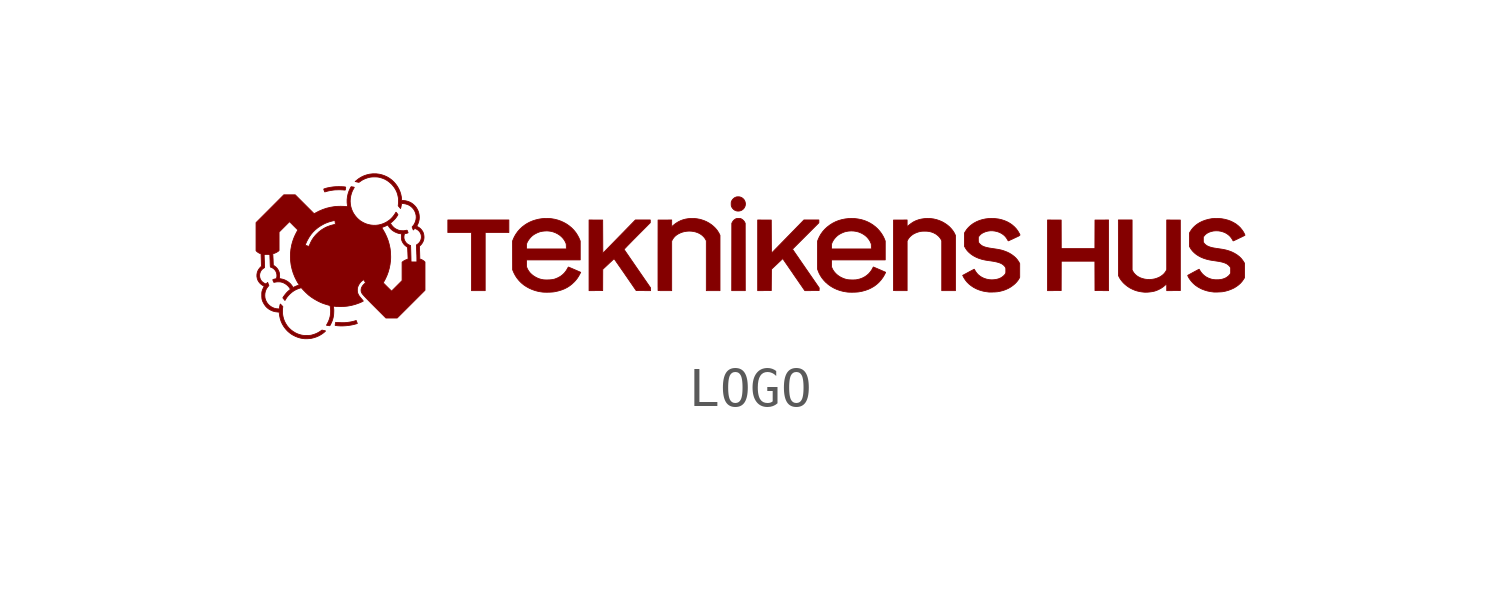
<source format=kicad_sym>
(kicad_symbol_lib
  (version 20220914)
  (generator "bitmap2component")
  (generator_version "9.0")
  (symbol "LOGO"
    (pin_names
      (offset 1.016))
    (property "Reference" "#G"
      (at 0 3.866 0)
      (effects (font (size 1.27 1.27)) hide))
    (symbol "LOGO_0_0"
      (polyline (pts (xy -11.283 -2.132) (xy -11.244 -2.13) (xy -11.206 -2.127) (xy -11.171 -2.122) (xy -11.163 -2.12) (xy -11.098 -2.104) (xy -11.032 -2.081) (xy -10.969 -2.052) (xy -10.91 -2.016) (xy -10.901 -2.01) (xy -10.883 -1.997) (xy -10.864 -1.983) (xy -10.847 -1.969) (xy -10.832 -1.956) (xy -10.82 -1.945) (xy -10.814 -1.938) (xy -10.812 -1.934) (xy -10.816 -1.932) (xy -10.826 -1.929) (xy -10.841 -1.925) (xy -10.859 -1.921) (xy -10.902 -1.912) (xy -10.937 -1.937) (xy -10.98 -1.965) (xy -11.041 -1.997) (xy -11.105 -2.022) (xy -11.172 -2.041) (xy -11.194 -2.045) (xy -11.229 -2.048) (xy -11.268 -2.05) (xy -11.309 -2.05) (xy -11.349 -2.049) (xy -11.385 -2.046) (xy -11.416 -2.041) (xy -11.448 -2.033) (xy -11.487 -2.022) (xy -11.524 -2.008) (xy -11.562 -1.991) (xy -11.576 -1.984) (xy -11.637 -1.948) (xy -11.692 -1.906) (xy -11.742 -1.859) (xy -11.786 -1.807) (xy -11.823 -1.75) (xy -11.855 -1.69) (xy -11.879 -1.627) (xy -11.896 -1.561) (xy -11.907 -1.492) (xy -11.909 -1.422) (xy -11.904 -1.351) (xy -11.899 -1.315) (xy -11.929 -1.282) (xy -11.939 -1.272) (xy -11.95 -1.261) (xy -11.958 -1.253) (xy -11.962 -1.249) (xy -11.964 -1.252) (xy -11.968 -1.262) (xy -11.972 -1.277) (xy -11.976 -1.296) (xy -11.98 -1.317) (xy -11.983 -1.339) (xy -11.988 -1.372) (xy -12.015 -1.372) (xy -12.064 -1.368) (xy -12.113 -1.357) (xy -12.16 -1.338) (xy -12.204 -1.313) (xy -12.243 -1.283) (xy -12.278 -1.247) (xy -12.308 -1.207) (xy -12.331 -1.162) (xy -12.348 -1.114) (xy -12.355 -1.079) (xy -12.358 -1.029) (xy -12.355 -0.979) (xy -12.345 -0.929) (xy -12.328 -0.883) (xy -12.304 -0.84) (xy -12.274 -0.801) (xy -12.254 -0.779) (xy -12.27 -0.739) (xy -12.285 -0.698) (xy -12.306 -0.717) (xy -12.326 -0.737) (xy -12.346 -0.73) (xy -12.368 -0.721) (xy -12.392 -0.706) (xy -12.416 -0.688) (xy -12.436 -0.669) (xy -12.454 -0.646) (xy -12.473 -0.611) (xy -12.485 -0.573) (xy -12.49 -0.535) (xy -12.489 -0.496) (xy -12.481 -0.458) (xy -12.467 -0.422) (xy -12.447 -0.389) (xy -12.42 -0.36) (xy -12.388 -0.336) (xy -12.364 -0.321) (xy -12.364 -0.291) (xy -12.364 -0.286) (xy -12.364 -0.271) (xy -12.365 -0.249) (xy -12.366 -0.223) (xy -12.367 -0.192) (xy -12.368 -0.159) (xy -12.37 -0.125) (xy -12.371 -0.102) (xy -12.372 -0.071) (xy -12.373 -0.043) (xy -12.374 -0.02) (xy -12.374 -0.002) (xy -12.374 0.009) (xy -12.374 0.013) (xy -12.374 0.013) (xy -12.369 0.014) (xy -12.358 0.014) (xy -12.342 0.015) (xy -12.322 0.015) (xy -12.302 0.015) (xy -12.281 0.015) (xy -12.261 0.015) (xy -12.246 0.014) (xy -12.235 0.014) (xy -12.23 0.014) (xy -12.23 0.01) (xy -12.229 -0.002) (xy -12.229 -0.019) (xy -12.228 -0.042) (xy -12.227 -0.07) (xy -12.226 -0.101) (xy -12.224 -0.135) (xy -12.223 -0.17) (xy -12.222 -0.206) (xy -12.221 -0.235) (xy -12.22 -0.259) (xy -12.219 -0.277) (xy -12.218 -0.29) (xy -12.217 -0.299) (xy -12.215 -0.304) (xy -12.214 -0.308) (xy -12.212 -0.309) (xy -12.209 -0.309) (xy -12.208 -0.31) (xy -12.2 -0.312) (xy -12.187 -0.317) (xy -12.172 -0.324) (xy -12.147 -0.339) (xy -12.116 -0.364) (xy -12.09 -0.394) (xy -12.07 -0.428) (xy -12.057 -0.466) (xy -12.05 -0.505) (xy -12.05 -0.545) (xy -12.057 -0.584) (xy -12.063 -0.603) (xy -12.093 -0.609) (xy -12.118 -0.615) (xy -12.139 -0.621) (xy -12.15 -0.626) (xy -12.154 -0.631) (xy -12.154 -0.631) (xy -12.152 -0.639) (xy -12.148 -0.651) (xy -12.143 -0.666) (xy -12.14 -0.673) (xy -12.136 -0.685) (xy -12.131 -0.692) (xy -12.125 -0.695) (xy -12.116 -0.696) (xy -12.102 -0.693) (xy -12.081 -0.689) (xy -12.08 -0.689) (xy -12.052 -0.685) (xy -12.02 -0.683) (xy -11.986 -0.684) (xy -11.954 -0.687) (xy -11.927 -0.693) (xy -11.888 -0.706) (xy -11.846 -0.727) (xy -11.807 -0.753) (xy -11.771 -0.784) (xy -11.742 -0.817) (xy -11.731 -0.832) (xy -11.72 -0.848) (xy -11.712 -0.862) (xy -11.708 -0.872) (xy -11.708 -0.877) (xy -11.709 -0.878) (xy -11.716 -0.883) (xy -11.726 -0.891) (xy -11.739 -0.902) (xy -11.768 -0.926) (xy -11.809 -0.968) (xy -11.848 -1.016) (xy -11.884 -1.066) (xy -11.899 -1.091) (xy -11.872 -1.125) (xy -11.845 -1.158) (xy -11.837 -1.144) (xy -11.818 -1.113) (xy -11.793 -1.075) (xy -11.763 -1.039) (xy -11.729 -1.002) (xy -11.706 -0.981) (xy -11.655 -0.938) (xy -11.603 -0.903) (xy -11.548 -0.875) (xy -11.488 -0.851) (xy -11.483 -0.85) (xy -11.461 -0.843) (xy -11.446 -0.838) (xy -11.435 -0.837) (xy -11.427 -0.838) (xy -11.42 -0.843) (xy -11.412 -0.85) (xy -11.403 -0.862) (xy -11.4 -0.866) (xy -11.384 -0.883) (xy -11.364 -0.904) (xy -11.341 -0.927) (xy -11.317 -0.952) (xy -11.291 -0.976) (xy -11.268 -0.998) (xy -11.246 -1.018) (xy -11.228 -1.033) (xy -11.226 -1.034) (xy -11.174 -1.073) (xy -11.117 -1.111) (xy -11.056 -1.147) (xy -10.993 -1.181) (xy -10.932 -1.21) (xy -10.873 -1.234) (xy -10.852 -1.241) (xy -10.827 -1.249) (xy -10.802 -1.257) (xy -10.777 -1.265) (xy -10.754 -1.271) (xy -10.734 -1.277) (xy -10.719 -1.28) (xy -10.71 -1.281) (xy -10.71 -1.281) (xy -10.704 -1.283) (xy -10.699 -1.29) (xy -10.695 -1.303) (xy -10.691 -1.322) (xy -10.687 -1.348) (xy -10.681 -1.419) (xy -10.683 -1.489) (xy -10.693 -1.559) (xy -10.711 -1.627) (xy -10.737 -1.694) (xy -10.77 -1.757) (xy -10.788 -1.788) (xy -10.748 -1.796) (xy -10.729 -1.799) (xy -10.715 -1.801) (xy -10.706 -1.8) (xy -10.701 -1.798) (xy -10.697 -1.793) (xy -10.69 -1.781) (xy -10.681 -1.764) (xy -10.671 -1.743) (xy -10.661 -1.721) (xy -10.651 -1.698) (xy -10.642 -1.677) (xy -10.636 -1.658) (xy -10.63 -1.641) (xy -10.618 -1.597) (xy -10.61 -1.553) (xy -10.604 -1.507) (xy -10.602 -1.456) (xy -10.601 -1.424) (xy -10.601 -1.394) (xy -10.603 -1.368) (xy -10.606 -1.345) (xy -10.608 -1.333) (xy -10.61 -1.318) (xy -10.611 -1.307) (xy -10.611 -1.303) (xy -10.608 -1.303) (xy -10.598 -1.303) (xy -10.583 -1.305) (xy -10.565 -1.307) (xy -10.556 -1.308) (xy -10.527 -1.31) (xy -10.492 -1.311) (xy -10.453 -1.312) (xy -10.413 -1.312) (xy -10.373 -1.311) (xy -10.335 -1.309) (xy -10.302 -1.307) (xy -10.274 -1.304) (xy -10.241 -1.3) (xy -10.146 -1.282) (xy -10.055 -1.258) (xy -9.967 -1.227) (xy -9.964 -1.226) (xy -9.941 -1.217) (xy -9.918 -1.207) (xy -9.897 -1.198) (xy -9.879 -1.189) (xy -9.864 -1.181) (xy -9.854 -1.176) (xy -9.85 -1.173) (xy -9.85 -1.172) (xy -9.854 -1.167) (xy -9.862 -1.157) (xy -9.873 -1.143) (xy -9.887 -1.126) (xy -9.904 -1.106) (xy -9.913 -1.095) (xy -9.933 -1.07) (xy -9.95 -1.049) (xy -9.962 -1.031) (xy -9.972 -1.015) (xy -9.979 -1) (xy -9.986 -0.985) (xy -9.992 -0.968) (xy -9.999 -0.938) (xy -10.002 -0.901) (xy -10.001 -0.865) (xy -9.996 -0.832) (xy -9.988 -0.807) (xy -9.969 -0.765) (xy -9.944 -0.724) (xy -9.914 -0.687) (xy -9.911 -0.684) (xy -9.896 -0.67) (xy -9.88 -0.657) (xy -9.866 -0.646) (xy -9.852 -0.637) (xy -9.842 -0.632) (xy -9.837 -0.632) (xy -9.835 -0.635) (xy -9.829 -0.644) (xy -9.822 -0.657) (xy -9.812 -0.673) (xy -9.792 -0.709) (xy -9.804 -0.717) (xy -9.806 -0.719) (xy -9.816 -0.728) (xy -9.829 -0.739) (xy -9.842 -0.752) (xy -9.85 -0.761) (xy -9.874 -0.792) (xy -9.892 -0.825) (xy -9.903 -0.859) (xy -9.907 -0.893) (xy -9.904 -0.927) (xy -9.894 -0.958) (xy -9.89 -0.965) (xy -9.884 -0.975) (xy -9.877 -0.985) (xy -9.868 -0.998) (xy -9.856 -1.012) (xy -9.842 -1.028) (xy -9.825 -1.047) (xy -9.805 -1.069) (xy -9.781 -1.094) (xy -9.753 -1.123) (xy -9.721 -1.156) (xy -9.685 -1.193) (xy -9.644 -1.235) (xy -9.597 -1.282) (xy -9.545 -1.334) (xy -9.274 -1.605) (xy -9.13 -1.605) (xy -8.987 -1.605) (xy -8.633 -1.252) (xy -8.279 -0.898) (xy -8.279 -0.539) (xy -8.279 -0.179) (xy -8.299 -0.16) (xy -8.302 -0.157) (xy -8.319 -0.144) (xy -8.338 -0.132) (xy -8.36 -0.12) (xy -8.38 -0.111) (xy -8.396 -0.106) (xy -8.4 -0.105) (xy -8.407 -0.103) (xy -8.41 -0.098) (xy -8.411 -0.087) (xy -8.411 -0.08) (xy -8.411 -0.066) (xy -8.412 -0.045) (xy -8.412 -0.02) (xy -8.413 0.01) (xy -8.414 0.043) (xy -8.415 0.077) (xy -8.42 0.225) (xy -8.399 0.243) (xy -8.39 0.251) (xy -8.364 0.281) (xy -8.34 0.317) (xy -8.322 0.356) (xy -8.31 0.395) (xy -8.308 0.405) (xy -8.304 0.441) (xy -8.305 0.48) (xy -8.31 0.519) (xy -8.319 0.555) (xy -8.332 0.587) (xy -8.338 0.599) (xy -8.354 0.622) (xy -8.371 0.645) (xy -8.389 0.665) (xy -8.398 0.673) (xy -8.416 0.688) (xy -8.437 0.703) (xy -8.458 0.715) (xy -8.475 0.724) (xy -8.477 0.724) (xy -8.485 0.728) (xy -8.489 0.731) (xy -8.488 0.733) (xy -8.485 0.74) (xy -8.479 0.751) (xy -8.472 0.766) (xy -8.455 0.802) (xy -8.437 0.856) (xy -8.426 0.91) (xy -8.423 0.964) (xy -8.427 1.017) (xy -8.437 1.069) (xy -8.453 1.119) (xy -8.476 1.167) (xy -8.503 1.211) (xy -8.537 1.252) (xy -8.575 1.288) (xy -8.617 1.32) (xy -8.664 1.346) (xy -8.715 1.366) (xy -8.77 1.38) (xy -8.827 1.387) (xy -8.873 1.389) (xy -8.875 1.429) (xy -8.881 1.48) (xy -8.895 1.547) (xy -8.916 1.614) (xy -8.944 1.679) (xy -8.979 1.742) (xy -9.02 1.8) (xy -9.064 1.852) (xy -9.117 1.903) (xy -9.176 1.948) (xy -9.238 1.986) (xy -9.305 2.017) (xy -9.374 2.041) (xy -9.446 2.058) (xy -9.52 2.067) (xy -9.596 2.068) (xy -9.614 2.067) (xy -9.689 2.058) (xy -9.761 2.041) (xy -9.832 2.017) (xy -9.899 1.985) (xy -9.963 1.946) (xy -10.024 1.898) (xy -10.057 1.871) (xy -10.01 1.859) (xy -10 1.857) (xy -9.981 1.853) (xy -9.969 1.851) (xy -9.961 1.851) (xy -9.956 1.853) (xy -9.946 1.86) (xy -9.922 1.877) (xy -9.902 1.891) (xy -9.883 1.903) (xy -9.866 1.913) (xy -9.846 1.923) (xy -9.805 1.942) (xy -9.747 1.963) (xy -9.686 1.979) (xy -9.678 1.981) (xy -9.645 1.985) (xy -9.608 1.988) (xy -9.568 1.989) (xy -9.529 1.988) (xy -9.492 1.986) (xy -9.46 1.982) (xy -9.439 1.977) (xy -9.371 1.958) (xy -9.306 1.932) (xy -9.245 1.898) (xy -9.188 1.857) (xy -9.134 1.809) (xy -9.108 1.781) (xy -9.064 1.726) (xy -9.027 1.668) (xy -8.997 1.607) (xy -8.975 1.542) (xy -8.96 1.473) (xy -8.958 1.462) (xy -8.955 1.443) (xy -8.953 1.424) (xy -8.953 1.405) (xy -8.953 1.382) (xy -8.953 1.353) (xy -8.954 1.337) (xy -8.955 1.314) (xy -8.957 1.293) (xy -8.958 1.278) (xy -8.959 1.269) (xy -8.96 1.264) (xy -8.961 1.258) (xy -8.959 1.252) (xy -8.954 1.245) (xy -8.945 1.234) (xy -8.932 1.219) (xy -8.901 1.183) (xy -8.896 1.201) (xy -8.894 1.208) (xy -8.89 1.224) (xy -8.887 1.243) (xy -8.883 1.263) (xy -8.876 1.308) (xy -8.852 1.31) (xy -8.849 1.31) (xy -8.832 1.309) (xy -8.812 1.307) (xy -8.792 1.304) (xy -8.777 1.301) (xy -8.726 1.286) (xy -8.679 1.265) (xy -8.636 1.236) (xy -8.599 1.202) (xy -8.566 1.163) (xy -8.54 1.119) (xy -8.52 1.071) (xy -8.507 1.018) (xy -8.505 1.009) (xy -8.502 0.959) (xy -8.507 0.908) (xy -8.519 0.859) (xy -8.538 0.811) (xy -8.563 0.767) (xy -8.595 0.726) (xy -8.607 0.714) (xy -8.592 0.676) (xy -8.577 0.637) (xy -8.558 0.657) (xy -8.538 0.676) (xy -8.514 0.667) (xy -8.482 0.651) (xy -8.448 0.627) (xy -8.42 0.598) (xy -8.397 0.565) (xy -8.381 0.528) (xy -8.372 0.488) (xy -8.371 0.447) (xy -8.371 0.438) (xy -8.38 0.396) (xy -8.395 0.357) (xy -8.418 0.322) (xy -8.447 0.291) (xy -8.482 0.265) (xy -8.498 0.255) (xy -8.495 0.187) (xy -8.494 0.161) (xy -8.492 0.112) (xy -8.49 0.069) (xy -8.489 0.032) (xy -8.487 0.001) (xy -8.486 -0.025) (xy -8.486 -0.048) (xy -8.485 -0.068) (xy -8.485 -0.086) (xy -8.485 -0.102) (xy -8.485 -0.118) (xy -8.485 -0.178) (xy -8.559 -0.177) (xy -8.634 -0.176) (xy -8.637 -0.027) (xy -8.638 -0.000300) (xy -8.639 0.037) (xy -8.64 0.074) (xy -8.641 0.108) (xy -8.642 0.139) (xy -8.643 0.164) (xy -8.643 0.182) (xy -8.646 0.241) (xy -8.672 0.251) (xy -8.703 0.265) (xy -8.737 0.289) (xy -8.766 0.319) (xy -8.789 0.354) (xy -8.807 0.396) (xy -8.81 0.406) (xy -8.813 0.426) (xy -8.815 0.449) (xy -8.814 0.472) (xy -8.812 0.494) (xy -8.809 0.513) (xy -8.804 0.529) (xy -8.798 0.54) (xy -8.791 0.543) (xy -8.789 0.544) (xy -8.778 0.545) (xy -8.763 0.548) (xy -8.746 0.552) (xy -8.734 0.555) (xy -8.72 0.56) (xy -8.712 0.564) (xy -8.71 0.568) (xy -8.71 0.568) (xy -8.712 0.576) (xy -8.716 0.588) (xy -8.722 0.603) (xy -8.724 0.609) (xy -8.729 0.62) (xy -8.733 0.627) (xy -8.739 0.63) (xy -8.749 0.63) (xy -8.763 0.628) (xy -8.784 0.623) (xy -8.797 0.621) (xy -8.817 0.618) (xy -8.839 0.618) (xy -8.866 0.619) (xy -8.897 0.621) (xy -8.924 0.625) (xy -8.949 0.631) (xy -8.975 0.641) (xy -9.004 0.655) (xy -9.025 0.665) (xy -9.044 0.677) (xy -9.062 0.691) (xy -9.082 0.709) (xy -9.092 0.719) (xy -9.108 0.736) (xy -9.123 0.754) (xy -9.136 0.771) (xy -9.147 0.787) (xy -9.154 0.8) (xy -9.157 0.808) (xy -9.157 0.808) (xy -9.153 0.814) (xy -9.145 0.822) (xy -9.133 0.832) (xy -9.112 0.849) (xy -9.086 0.874) (xy -9.06 0.9) (xy -9.037 0.925) (xy -9.034 0.928) (xy -9.023 0.943) (xy -9.01 0.96) (xy -8.998 0.978) (xy -8.986 0.995) (xy -8.977 1.009) (xy -8.971 1.02) (xy -8.968 1.026) (xy -8.968 1.027) (xy -8.971 1.032) (xy -8.978 1.042) (xy -8.987 1.054) (xy -8.996 1.067) (xy -9.006 1.078) (xy -9.013 1.086) (xy -9.017 1.089) (xy -9.02 1.085) (xy -9.026 1.077) (xy -9.033 1.065) (xy -9.033 1.064) (xy -9.055 1.03) (xy -9.081 0.994) (xy -9.111 0.958) (xy -9.143 0.925) (xy -9.175 0.896) (xy -9.206 0.873) (xy -9.265 0.835) (xy -9.328 0.804) (xy -9.392 0.781) (xy -9.458 0.765) (xy -9.525 0.757) (xy -9.592 0.756) (xy -9.66 0.763) (xy -9.727 0.777) (xy -9.792 0.798) (xy -9.856 0.828) (xy -9.917 0.864) (xy -9.933 0.876) (xy -9.976 0.912) (xy -10.018 0.953) (xy -10.057 1) (xy -10.091 1.048) (xy -10.119 1.098) (xy -10.122 1.104) (xy -10.149 1.168) (xy -10.168 1.234) (xy -10.179 1.301) (xy -10.184 1.369) (xy -10.18 1.438) (xy -10.169 1.505) (xy -10.151 1.572) (xy -10.126 1.636) (xy -10.093 1.697) (xy -10.087 1.706) (xy -10.082 1.715) (xy -10.08 1.721) (xy -10.082 1.725) (xy -10.09 1.728) (xy -10.105 1.731) (xy -10.126 1.734) (xy -10.158 1.74) (xy -10.165 1.729) (xy -10.167 1.727) (xy -10.173 1.716) (xy -10.181 1.702) (xy -10.189 1.685) (xy -10.215 1.627) (xy -10.238 1.556) (xy -10.254 1.484) (xy -10.262 1.41) (xy -10.262 1.337) (xy -10.254 1.264) (xy -10.253 1.258) (xy -10.251 1.244) (xy -10.25 1.234) (xy -10.25 1.229) (xy -10.25 1.229) (xy -10.255 1.229) (xy -10.266 1.231) (xy -10.281 1.232) (xy -10.29 1.234) (xy -10.318 1.236) (xy -10.352 1.238) (xy -10.389 1.239) (xy -10.427 1.24) (xy -10.464 1.239) (xy -10.499 1.238) (xy -10.529 1.237) (xy -10.587 1.231) (xy -10.689 1.214) (xy -10.788 1.19) (xy -10.884 1.157) (xy -10.978 1.117) (xy -11.069 1.069) (xy -11.102 1.051) (xy -11.342 1.291) (xy -11.583 1.532) (xy -11.728 1.532) (xy -11.874 1.532) (xy -12.227 1.178) (xy -12.581 0.824) (xy -12.581 0.467) (xy -12.581 0.109) (xy -12.561 0.089) (xy -12.559 0.087) (xy -12.54 0.072) (xy -12.517 0.057) (xy -12.493 0.044) (xy -12.469 0.035) (xy -12.466 0.034) (xy -12.457 0.031) (xy -12.455 0.03) (xy -12.155 0.03) (xy -12.132 0.037) (xy -12.125 0.039) (xy -12.101 0.048) (xy -12.076 0.059) (xy -12.051 0.072) (xy -12.03 0.085) (xy -12.014 0.096) (xy -11.995 0.114) (xy -11.995 0.348) (xy -11.995 0.582) (xy -11.861 0.716) (xy -11.728 0.849) (xy -11.622 0.742) (xy -11.516 0.636) (xy -11.542 0.591) (xy -11.544 0.587) (xy -11.576 0.525) (xy -11.607 0.458) (xy -11.634 0.388) (xy -11.657 0.317) (xy -11.674 0.251) (xy -11.325 0.251) (xy -11.325 0.256) (xy -11.322 0.268) (xy -11.316 0.284) (xy -11.308 0.304) (xy -11.298 0.326) (xy -11.288 0.349) (xy -11.277 0.371) (xy -11.236 0.444) (xy -11.188 0.516) (xy -11.133 0.582) (xy -11.072 0.642) (xy -11.005 0.697) (xy -10.932 0.746) (xy -10.854 0.789) (xy -10.831 0.801) (xy -10.762 0.829) (xy -10.693 0.852) (xy -10.624 0.869) (xy -10.622 0.87) (xy -10.604 0.873) (xy -10.588 0.876) (xy -10.578 0.878) (xy -10.573 0.878) (xy -10.572 0.873) (xy -10.57 0.862) (xy -10.568 0.847) (xy -10.566 0.83) (xy -10.564 0.812) (xy -10.562 0.797) (xy -10.561 0.786) (xy -10.561 0.781) (xy -10.565 0.779) (xy -10.573 0.777) (xy -10.581 0.776) (xy -10.594 0.774) (xy -10.611 0.77) (xy -10.631 0.765) (xy -10.695 0.747) (xy -10.773 0.718) (xy -10.816 0.697) (xy -9.38 0.697) (xy -9.377 0.699) (xy -9.368 0.703) (xy -9.355 0.709) (xy -9.337 0.715) (xy -9.327 0.719) (xy -9.303 0.729) (xy -9.279 0.739) (xy -9.26 0.748) (xy -9.256 0.75) (xy -9.239 0.758) (xy -9.228 0.762) (xy -9.223 0.761) (xy -9.22 0.753) (xy -9.212 0.741) (xy -9.201 0.726) (xy -9.19 0.71) (xy -9.178 0.694) (xy -9.167 0.681) (xy -9.164 0.677) (xy -9.129 0.643) (xy -9.088 0.612) (xy -9.043 0.586) (xy -8.996 0.565) (xy -8.947 0.549) (xy -8.9 0.541) (xy -8.874 0.538) (xy -8.877 0.519) (xy -8.878 0.51) (xy -8.879 0.493) (xy -8.88 0.473) (xy -8.88 0.451) (xy -8.88 0.439) (xy -8.879 0.418) (xy -8.877 0.402) (xy -8.874 0.386) (xy -8.869 0.37) (xy -8.862 0.351) (xy -8.841 0.31) (xy -8.814 0.272) (xy -8.783 0.24) (xy -8.748 0.214) (xy -8.723 0.198) (xy -8.721 0.161) (xy -8.721 0.159) (xy -8.719 0.138) (xy -8.718 0.112) (xy -8.717 0.084) (xy -8.715 0.054) (xy -8.714 0.024) (xy -8.713 -0.005) (xy -8.712 -0.033) (xy -8.711 -0.056) (xy -8.71 -0.075) (xy -8.71 -0.089) (xy -8.711 -0.095) (xy -8.713 -0.101) (xy -8.718 -0.105) (xy -8.729 -0.11) (xy -8.745 -0.116) (xy -8.775 -0.128) (xy -8.813 -0.147) (xy -8.844 -0.169) (xy -8.862 -0.183) (xy -8.862 -0.417) (xy -8.862 -0.652) (xy -8.996 -0.786) (xy -9.13 -0.92) (xy -9.236 -0.815) (xy -9.342 -0.709) (xy -9.315 -0.66) (xy -9.286 -0.606) (xy -9.247 -0.52) (xy -9.214 -0.43) (xy -9.188 -0.337) (xy -9.169 -0.242) (xy -9.157 -0.146) (xy -9.155 -0.12) (xy -9.153 -0.078) (xy -9.153 -0.031) (xy -9.155 0.018) (xy -9.157 0.065) (xy -9.161 0.109) (xy -9.165 0.148) (xy -9.171 0.184) (xy -9.192 0.28) (xy -9.22 0.375) (xy -9.256 0.467) (xy -9.298 0.556) (xy -9.346 0.64) (xy -9.352 0.65) (xy -9.363 0.667) (xy -9.371 0.682) (xy -9.377 0.692) (xy -9.38 0.697) (xy -10.816 0.697) (xy -10.847 0.681) (xy -10.916 0.638) (xy -10.981 0.588) (xy -11.041 0.53) (xy -11.068 0.502) (xy -11.113 0.447) (xy -11.151 0.391) (xy -11.184 0.331) (xy -11.214 0.265) (xy -11.22 0.249) (xy -11.227 0.235) (xy -11.233 0.225) (xy -11.237 0.221) (xy -11.24 0.221) (xy -11.25 0.223) (xy -11.264 0.227) (xy -11.28 0.233) (xy -11.297 0.238) (xy -11.311 0.244) (xy -11.321 0.248) (xy -11.325 0.251) (xy -11.674 0.251) (xy -11.676 0.243) (xy -11.694 0.143) (xy -11.704 0.043) (xy -11.706 -0.058) (xy -11.7 -0.159) (xy -11.687 -0.259) (xy -11.665 -0.357) (xy -11.636 -0.455) (xy -11.598 -0.551) (xy -11.586 -0.577) (xy -11.57 -0.609) (xy -11.553 -0.643) (xy -11.535 -0.675) (xy -11.518 -0.705) (xy -11.502 -0.731) (xy -11.488 -0.751) (xy -11.479 -0.763) (xy -11.518 -0.777) (xy -11.527 -0.779) (xy -11.55 -0.788) (xy -11.576 -0.799) (xy -11.598 -0.809) (xy -11.638 -0.829) (xy -11.652 -0.804) (xy -11.675 -0.77) (xy -11.711 -0.728) (xy -11.752 -0.692) (xy -11.799 -0.661) (xy -11.849 -0.635) (xy -11.903 -0.617) (xy -11.959 -0.605) (xy -11.96 -0.605) (xy -11.974 -0.603) (xy -11.984 -0.601) (xy -11.989 -0.6) (xy -11.989 -0.599) (xy -11.988 -0.592) (xy -11.986 -0.582) (xy -11.983 -0.566) (xy -11.981 -0.544) (xy -11.981 -0.52) (xy -11.982 -0.495) (xy -11.985 -0.472) (xy -11.988 -0.453) (xy -11.995 -0.429) (xy -12.015 -0.384) (xy -12.041 -0.344) (xy -12.074 -0.309) (xy -12.112 -0.279) (xy -12.141 -0.261) (xy -12.146 -0.141) (xy -12.146 -0.136) (xy -12.147 -0.104) (xy -12.149 -0.074) (xy -12.15 -0.046) (xy -12.151 -0.023) (xy -12.152 -0.006) (xy -12.153 0.005) (xy -12.155 0.03) (xy -12.455 0.03) (xy -12.453 0.029) (xy -12.453 0.029) (xy -12.453 0.024) (xy -12.453 0.011) (xy -12.452 -0.008) (xy -12.451 -0.033) (xy -12.45 -0.062) (xy -12.449 -0.094) (xy -12.448 -0.129) (xy -12.444 -0.287) (xy -12.473 -0.316) (xy -12.485 -0.329) (xy -12.515 -0.368) (xy -12.537 -0.41) (xy -12.552 -0.455) (xy -12.559 -0.501) (xy -12.559 -0.549) (xy -12.55 -0.598) (xy -12.548 -0.604) (xy -12.532 -0.647) (xy -12.508 -0.687) (xy -12.478 -0.723) (xy -12.443 -0.754) (xy -12.402 -0.78) (xy -12.373 -0.795) (xy -12.393 -0.834) (xy -12.397 -0.843) (xy -12.407 -0.866) (xy -12.417 -0.889) (xy -12.424 -0.91) (xy -12.428 -0.923) (xy -12.431 -0.935) (xy -12.433 -0.947) (xy -12.434 -0.96) (xy -12.435 -0.976) (xy -12.435 -0.997) (xy -12.435 -1.025) (xy -12.435 -1.059) (xy -12.433 -1.089) (xy -12.431 -1.114) (xy -12.426 -1.137) (xy -12.419 -1.159) (xy -12.41 -1.183) (xy -12.397 -1.21) (xy -12.373 -1.253) (xy -12.339 -1.301) (xy -12.299 -1.343) (xy -12.254 -1.378) (xy -12.205 -1.406) (xy -12.151 -1.429) (xy -12.093 -1.444) (xy -12.031 -1.452) (xy -11.992 -1.455) (xy -11.987 -1.502) (xy -11.98 -1.552) (xy -11.964 -1.624) (xy -11.942 -1.692) (xy -11.912 -1.758) (xy -11.874 -1.821) (xy -11.854 -1.849) (xy -11.815 -1.898) (xy -11.774 -1.941) (xy -11.729 -1.98) (xy -11.677 -2.018) (xy -11.644 -2.038) (xy -11.578 -2.072) (xy -11.509 -2.099) (xy -11.437 -2.119) (xy -11.363 -2.13) (xy -11.353 -2.131) (xy -11.32 -2.132) (xy -11.283 -2.132)) (stroke (width 0.01) (type default)) (fill (type outline)))
      (polyline (pts (xy -10.368 -1.806) (xy -10.298 -1.802) (xy -10.228 -1.795) (xy -10.16 -1.784) (xy -10.095 -1.771) (xy -10.037 -1.755) (xy -10.002 -1.744) (xy -10.013 -1.714) (xy -10.013 -1.713) (xy -10.019 -1.698) (xy -10.024 -1.685) (xy -10.027 -1.677) (xy -10.03 -1.668) (xy -10.068 -1.679) (xy -10.069 -1.68) (xy -10.111 -1.692) (xy -10.159 -1.702) (xy -10.211 -1.711) (xy -10.264 -1.718) (xy -10.28 -1.72) (xy -10.303 -1.722) (xy -10.327 -1.723) (xy -10.353 -1.724) (xy -10.383 -1.723) (xy -10.42 -1.723) (xy -10.435 -1.722) (xy -10.463 -1.721) (xy -10.488 -1.72) (xy -10.509 -1.719) (xy -10.526 -1.718) (xy -10.535 -1.718) (xy -10.554 -1.715) (xy -10.559 -1.743) (xy -10.562 -1.758) (xy -10.564 -1.773) (xy -10.566 -1.782) (xy -10.567 -1.787) (xy -10.566 -1.792) (xy -10.561 -1.794) (xy -10.549 -1.796) (xy -10.535 -1.798) (xy -10.517 -1.8) (xy -10.499 -1.802) (xy -10.498 -1.802) (xy -10.435 -1.806) (xy -10.368 -1.806)) (stroke (width 0.01) (type default)) (fill (type outline)))
      (polyline (pts (xy -5.158 -0.948) (xy -5.12 -0.947) (xy -5.084 -0.946) (xy -5.05 -0.944) (xy -5.021 -0.942) (xy -4.999 -0.939) (xy -4.973 -0.935) (xy -4.887 -0.916) (xy -4.806 -0.892) (xy -4.731 -0.863) (xy -4.662 -0.828) (xy -4.596 -0.786) (xy -4.535 -0.738) (xy -4.478 -0.684) (xy -4.448 -0.652) (xy -4.405 -0.598) (xy -4.366 -0.539) (xy -4.331 -0.474) (xy -4.314 -0.441) (xy -4.331 -0.433) (xy -4.332 -0.433) (xy -4.343 -0.428) (xy -4.36 -0.421) (xy -4.381 -0.412) (xy -4.405 -0.401) (xy -4.432 -0.389) (xy -4.461 -0.377) (xy -4.49 -0.364) (xy -4.519 -0.352) (xy -4.546 -0.34) (xy -4.571 -0.33) (xy -4.592 -0.321) (xy -4.609 -0.313) (xy -4.62 -0.309) (xy -4.624 -0.307) (xy -4.625 -0.307) (xy -4.629 -0.31) (xy -4.636 -0.319) (xy -4.644 -0.333) (xy -4.653 -0.351) (xy -4.689 -0.408) (xy -4.73 -0.46) (xy -4.777 -0.505) (xy -4.829 -0.544) (xy -4.886 -0.576) (xy -4.899 -0.582) (xy -4.94 -0.6) (xy -4.98 -0.614) (xy -5.021 -0.624) (xy -5.065 -0.63) (xy -5.113 -0.634) (xy -5.167 -0.635) (xy -5.173 -0.635) (xy -5.203 -0.635) (xy -5.226 -0.634) (xy -5.245 -0.633) (xy -5.262 -0.632) (xy -5.277 -0.629) (xy -5.294 -0.626) (xy -5.333 -0.617) (xy -5.37 -0.606) (xy -5.406 -0.592) (xy -5.444 -0.574) (xy -5.466 -0.562) (xy -5.517 -0.531) (xy -5.563 -0.494) (xy -5.604 -0.454) (xy -5.639 -0.409) (xy -5.667 -0.363) (xy -5.688 -0.314) (xy -5.689 -0.311) (xy -5.692 -0.302) (xy -5.694 -0.291) (xy -5.695 -0.278) (xy -5.696 -0.261) (xy -5.696 -0.238) (xy -5.696 -0.208) (xy -5.696 -0.125) (xy -5.011 -0.125) (xy -4.326 -0.125) (xy -4.326 0.115) (xy -4.326 0.355) (xy -4.341 0.393) (xy -4.359 0.436) (xy -4.397 0.506) (xy -4.44 0.573) (xy -4.49 0.634) (xy -4.546 0.691) (xy -4.607 0.742) (xy -4.673 0.788) (xy -4.744 0.828) (xy -4.819 0.862) (xy -4.898 0.89) (xy -4.981 0.911) (xy -5.066 0.925) (xy -5.077 0.926) (xy -5.105 0.928) (xy -5.138 0.929) (xy -5.173 0.93) (xy -5.21 0.93) (xy -5.244 0.929) (xy -5.275 0.927) (xy -5.3 0.925) (xy -5.377 0.913) (xy -5.46 0.893) (xy -5.539 0.868) (xy -5.614 0.836) (xy -5.683 0.799) (xy -5.74 0.762) (xy -5.805 0.712) (xy -5.864 0.656) (xy -5.917 0.596) (xy -5.963 0.531) (xy -6.003 0.463) (xy -6.035 0.391) (xy -6.049 0.355) (xy -6.048 0.154) (xy -5.697 0.154) (xy -5.695 0.218) (xy -5.695 0.234) (xy -5.694 0.255) (xy -5.693 0.27) (xy -5.692 0.282) (xy -5.689 0.292) (xy -5.686 0.302) (xy -5.68 0.314) (xy -5.677 0.323) (xy -5.654 0.365) (xy -5.624 0.407) (xy -5.59 0.448) (xy -5.553 0.484) (xy -5.514 0.514) (xy -5.512 0.516) (xy -5.484 0.533) (xy -5.451 0.55) (xy -5.417 0.567) (xy -5.384 0.58) (xy -5.355 0.59) (xy -5.334 0.596) (xy -5.281 0.606) (xy -5.226 0.611) (xy -5.17 0.613) (xy -5.116 0.609) (xy -5.066 0.602) (xy -5.014 0.588) (xy -4.953 0.565) (xy -4.897 0.536) (xy -4.845 0.502) (xy -4.799 0.462) (xy -4.758 0.418) (xy -4.723 0.369) (xy -4.696 0.316) (xy -4.692 0.307) (xy -4.688 0.296) (xy -4.684 0.286) (xy -4.683 0.275) (xy -4.681 0.261) (xy -4.681 0.243) (xy -4.68 0.218) (xy -4.678 0.154) (xy -5.187 0.154) (xy -5.697 0.154) (xy -6.048 0.154) (xy -6.048 -0.011) (xy -6.047 -0.377) (xy -6.027 -0.424) (xy -6.014 -0.455) (xy -5.977 -0.525) (xy -5.933 -0.591) (xy -5.883 -0.652) (xy -5.827 -0.709) (xy -5.766 -0.76) (xy -5.699 -0.805) (xy -5.627 -0.845) (xy -5.551 -0.879) (xy -5.471 -0.907) (xy -5.386 -0.929) (xy -5.298 -0.943) (xy -5.288 -0.944) (xy -5.263 -0.946) (xy -5.231 -0.947) (xy -5.196 -0.948) (xy -5.158 -0.948)) (stroke (width 0.01) (type default)) (fill (type outline)))
      (polyline (pts (xy 2.609 -0.948) (xy 2.647 -0.947) (xy 2.683 -0.946) (xy 2.717 -0.944) (xy 2.746 -0.942) (xy 2.768 -0.939) (xy 2.849 -0.924) (xy 2.934 -0.901) (xy 3.015 -0.872) (xy 3.089 -0.836) (xy 3.159 -0.795) (xy 3.223 -0.747) (xy 3.281 -0.694) (xy 3.335 -0.633) (xy 3.383 -0.567) (xy 3.386 -0.563) (xy 3.397 -0.545) (xy 3.408 -0.526) (xy 3.419 -0.506) (xy 3.43 -0.486) (xy 3.439 -0.468) (xy 3.446 -0.454) (xy 3.449 -0.444) (xy 3.45 -0.439) (xy 3.448 -0.439) (xy 3.44 -0.435) (xy 3.426 -0.429) (xy 3.407 -0.421) (xy 3.384 -0.411) (xy 3.358 -0.399) (xy 3.33 -0.387) (xy 3.3 -0.374) (xy 3.271 -0.362) (xy 3.242 -0.349) (xy 3.215 -0.338) (xy 3.19 -0.327) (xy 3.169 -0.318) (xy 3.153 -0.311) (xy 3.143 -0.307) (xy 3.139 -0.305) (xy 3.138 -0.306) (xy 3.135 -0.311) (xy 3.129 -0.321) (xy 3.122 -0.335) (xy 3.098 -0.379) (xy 3.06 -0.433) (xy 3.017 -0.481) (xy 2.968 -0.523) (xy 2.913 -0.559) (xy 2.854 -0.589) (xy 2.79 -0.612) (xy 2.721 -0.628) (xy 2.708 -0.63) (xy 2.688 -0.633) (xy 2.664 -0.634) (xy 2.635 -0.635) (xy 2.6 -0.635) (xy 2.589 -0.635) (xy 2.551 -0.634) (xy 2.518 -0.632) (xy 2.489 -0.629) (xy 2.461 -0.624) (xy 2.432 -0.616) (xy 2.401 -0.607) (xy 2.39 -0.603) (xy 2.333 -0.579) (xy 2.279 -0.55) (xy 2.229 -0.515) (xy 2.184 -0.475) (xy 2.145 -0.432) (xy 2.112 -0.385) (xy 2.087 -0.336) (xy 2.073 -0.303) (xy 2.072 -0.214) (xy 2.07 -0.125) (xy 2.756 -0.125) (xy 3.441 -0.125) (xy 3.441 0.115) (xy 3.441 0.355) (xy 3.426 0.393) (xy 3.422 0.404) (xy 3.406 0.44) (xy 3.387 0.477) (xy 3.366 0.513) (xy 3.346 0.545) (xy 3.3 0.607) (xy 3.246 0.667) (xy 3.186 0.722) (xy 3.121 0.771) (xy 3.051 0.814) (xy 2.979 0.85) (xy 2.919 0.874) (xy 2.838 0.899) (xy 2.755 0.916) (xy 2.671 0.927) (xy 2.586 0.931) (xy 2.5 0.927) (xy 2.416 0.917) (xy 2.333 0.9) (xy 2.253 0.877) (xy 2.175 0.846) (xy 2.102 0.809) (xy 2.099 0.807) (xy 2.027 0.761) (xy 1.961 0.71) (xy 1.902 0.655) (xy 1.849 0.595) (xy 1.803 0.531) (xy 1.764 0.463) (xy 1.732 0.391) (xy 1.718 0.354) (xy 1.718 0.154) (xy 2.07 0.154) (xy 2.072 0.216) (xy 2.072 0.225) (xy 2.072 0.247) (xy 2.074 0.264) (xy 2.075 0.277) (xy 2.078 0.288) (xy 2.081 0.299) (xy 2.086 0.312) (xy 2.094 0.329) (xy 2.116 0.37) (xy 2.145 0.411) (xy 2.178 0.449) (xy 2.214 0.484) (xy 2.252 0.514) (xy 2.253 0.514) (xy 2.281 0.532) (xy 2.314 0.549) (xy 2.349 0.566) (xy 2.383 0.58) (xy 2.413 0.59) (xy 2.443 0.598) (xy 2.508 0.609) (xy 2.575 0.613) (xy 2.642 0.61) (xy 2.707 0.6) (xy 2.77 0.583) (xy 2.771 0.582) (xy 2.83 0.558) (xy 2.885 0.528) (xy 2.935 0.493) (xy 2.98 0.452) (xy 3.018 0.407) (xy 3.051 0.357) (xy 3.076 0.304) (xy 3.076 0.303) (xy 3.081 0.291) (xy 3.084 0.281) (xy 3.086 0.27) (xy 3.087 0.256) (xy 3.087 0.238) (xy 3.088 0.214) (xy 3.088 0.154) (xy 2.579 0.154) (xy 2.07 0.154) (xy 1.718 0.154) (xy 1.718 -0.004) (xy 1.718 -0.362) (xy 1.731 -0.398) (xy 1.757 -0.462) (xy 1.79 -0.524) (xy 1.83 -0.585) (xy 1.876 -0.642) (xy 1.926 -0.695) (xy 1.988 -0.749) (xy 2.057 -0.798) (xy 2.131 -0.841) (xy 2.209 -0.877) (xy 2.291 -0.906) (xy 2.378 -0.928) (xy 2.469 -0.943) (xy 2.478 -0.944) (xy 2.504 -0.946) (xy 2.536 -0.947) (xy 2.571 -0.948) (xy 2.609 -0.948)) (stroke (width 0.01) (type default)) (fill (type outline)))
      (polyline (pts (xy 10.115 -0.947) (xy 10.174 -0.942) (xy 10.232 -0.934) (xy 10.287 -0.923) (xy 10.336 -0.908) (xy 10.397 -0.883) (xy 10.46 -0.85) (xy 10.518 -0.811) (xy 10.571 -0.767) (xy 10.609 -0.731) (xy 10.609 -0.82) (xy 10.609 -0.908) (xy 10.782 -0.907) (xy 10.955 -0.906) (xy 10.955 -0.008) (xy 10.955 0.89) (xy 10.782 0.891) (xy 10.609 0.892) (xy 10.609 0.26) (xy 10.609 -0.373) (xy 10.595 -0.401) (xy 10.576 -0.432) (xy 10.545 -0.472) (xy 10.508 -0.507) (xy 10.465 -0.539) (xy 10.417 -0.567) (xy 10.364 -0.589) (xy 10.309 -0.607) (xy 10.249 -0.618) (xy 10.188 -0.624) (xy 10.175 -0.625) (xy 10.112 -0.623) (xy 10.051 -0.615) (xy 9.993 -0.601) (xy 9.939 -0.582) (xy 9.889 -0.557) (xy 9.844 -0.528) (xy 9.804 -0.493) (xy 9.771 -0.455) (xy 9.743 -0.411) (xy 9.727 -0.38) (xy 9.727 0.256) (xy 9.727 0.892) (xy 9.553 0.892) (xy 9.378 0.892) (xy 9.379 0.184) (xy 9.38 -0.525) (xy 9.396 -0.557) (xy 9.421 -0.603) (xy 9.459 -0.656) (xy 9.503 -0.707) (xy 9.553 -0.754) (xy 9.609 -0.798) (xy 9.668 -0.837) (xy 9.732 -0.87) (xy 9.798 -0.898) (xy 9.801 -0.899) (xy 9.855 -0.916) (xy 9.914 -0.93) (xy 9.973 -0.94) (xy 10.028 -0.946) (xy 10.057 -0.948) (xy 10.115 -0.947)) (stroke (width 0.01) (type default)) (fill (type outline)))
      (polyline (pts (xy 6.147 -0.944) (xy 6.178 -0.943) (xy 6.209 -0.942) (xy 6.239 -0.941) (xy 6.267 -0.939) (xy 6.29 -0.937) (xy 6.307 -0.935) (xy 6.315 -0.933) (xy 6.351 -0.927) (xy 6.389 -0.918) (xy 6.428 -0.908) (xy 6.463 -0.897) (xy 6.494 -0.886) (xy 6.519 -0.876) (xy 6.582 -0.847) (xy 6.641 -0.812) (xy 6.695 -0.773) (xy 6.745 -0.731) (xy 6.788 -0.686) (xy 6.825 -0.639) (xy 6.854 -0.59) (xy 6.865 -0.568) (xy 6.865 -0.394) (xy 6.865 -0.219) (xy 6.854 -0.198) (xy 6.841 -0.174) (xy 6.807 -0.124) (xy 6.767 -0.077) (xy 6.72 -0.034) (xy 6.667 0.006) (xy 6.608 0.043) (xy 6.545 0.074) (xy 6.477 0.1) (xy 6.476 0.101) (xy 6.449 0.11) (xy 6.423 0.118) (xy 6.398 0.125) (xy 6.372 0.131) (xy 6.344 0.137) (xy 6.313 0.143) (xy 6.277 0.149) (xy 6.236 0.155) (xy 6.188 0.162) (xy 6.162 0.166) (xy 6.106 0.175) (xy 6.057 0.184) (xy 6.015 0.194) (xy 5.978 0.204) (xy 5.947 0.216) (xy 5.919 0.228) (xy 5.895 0.242) (xy 5.874 0.258) (xy 5.854 0.276) (xy 5.839 0.291) (xy 5.828 0.305) (xy 5.82 0.317) (xy 5.815 0.33) (xy 5.812 0.346) (xy 5.811 0.366) (xy 5.811 0.392) (xy 5.811 0.452) (xy 5.827 0.477) (xy 5.84 0.494) (xy 5.867 0.523) (xy 5.9 0.548) (xy 5.94 0.57) (xy 5.993 0.592) (xy 6.052 0.608) (xy 6.113 0.616) (xy 6.176 0.616) (xy 6.235 0.609) (xy 6.295 0.595) (xy 6.351 0.575) (xy 6.402 0.549) (xy 6.449 0.517) (xy 6.49 0.48) (xy 6.526 0.437) (xy 6.555 0.39) (xy 6.555 0.389) (xy 6.565 0.372) (xy 6.572 0.363) (xy 6.578 0.36) (xy 6.578 0.36) (xy 6.585 0.363) (xy 6.598 0.369) (xy 6.617 0.378) (xy 6.64 0.389) (xy 6.667 0.401) (xy 6.698 0.415) (xy 6.73 0.431) (xy 6.742 0.436) (xy 6.777 0.453) (xy 6.806 0.466) (xy 6.829 0.477) (xy 6.846 0.486) (xy 6.858 0.494) (xy 6.866 0.5) (xy 6.87 0.507) (xy 6.871 0.513) (xy 6.869 0.521) (xy 6.865 0.529) (xy 6.859 0.54) (xy 6.852 0.553) (xy 6.817 0.613) (xy 6.776 0.668) (xy 6.728 0.719) (xy 6.674 0.766) (xy 6.615 0.807) (xy 6.551 0.843) (xy 6.482 0.873) (xy 6.409 0.897) (xy 6.333 0.915) (xy 6.319 0.917) (xy 6.237 0.927) (xy 6.154 0.931) (xy 6.072 0.928) (xy 5.991 0.918) (xy 5.913 0.901) (xy 5.838 0.878) (xy 5.766 0.848) (xy 5.7 0.812) (xy 5.67 0.793) (xy 5.612 0.749) (xy 5.56 0.701) (xy 5.515 0.648) (xy 5.477 0.591) (xy 5.458 0.558) (xy 5.458 0.39) (xy 5.458 0.221) (xy 5.478 0.188) (xy 5.485 0.175) (xy 5.504 0.146) (xy 5.523 0.119) (xy 5.545 0.094) (xy 5.572 0.067) (xy 5.576 0.063) (xy 5.628 0.019) (xy 5.686 -0.02) (xy 5.75 -0.054) (xy 5.82 -0.084) (xy 5.895 -0.108) (xy 5.913 -0.113) (xy 5.939 -0.119) (xy 5.967 -0.125) (xy 5.997 -0.131) (xy 6.032 -0.137) (xy 6.072 -0.143) (xy 6.118 -0.149) (xy 6.136 -0.152) (xy 6.19 -0.16) (xy 6.237 -0.169) (xy 6.278 -0.178) (xy 6.315 -0.188) (xy 6.347 -0.198) (xy 6.378 -0.21) (xy 6.406 -0.224) (xy 6.432 -0.24) (xy 6.459 -0.262) (xy 6.482 -0.286) (xy 6.5 -0.31) (xy 6.503 -0.317) (xy 6.507 -0.325) (xy 6.509 -0.332) (xy 6.511 -0.341) (xy 6.512 -0.354) (xy 6.512 -0.371) (xy 6.512 -0.396) (xy 6.512 -0.413) (xy 6.512 -0.433) (xy 6.511 -0.447) (xy 6.51 -0.457) (xy 6.508 -0.465) (xy 6.505 -0.472) (xy 6.5 -0.48) (xy 6.495 -0.487) (xy 6.484 -0.501) (xy 6.47 -0.517) (xy 6.454 -0.532) (xy 6.42 -0.56) (xy 6.376 -0.586) (xy 6.326 -0.607) (xy 6.271 -0.621) (xy 6.21 -0.63) (xy 6.15 -0.633) (xy 6.087 -0.628) (xy 6.025 -0.616) (xy 5.966 -0.598) (xy 5.91 -0.573) (xy 5.859 -0.542) (xy 5.812 -0.505) (xy 5.795 -0.488) (xy 5.774 -0.464) (xy 5.754 -0.438) (xy 5.736 -0.411) (xy 5.723 -0.388) (xy 5.716 -0.376) (xy 5.71 -0.366) (xy 5.707 -0.363) (xy 5.706 -0.363) (xy 5.702 -0.364) (xy 5.697 -0.367) (xy 5.688 -0.371) (xy 5.675 -0.378) (xy 5.659 -0.387) (xy 5.638 -0.398) (xy 5.611 -0.412) (xy 5.579 -0.429) (xy 5.541 -0.45) (xy 5.496 -0.474) (xy 5.413 -0.519) (xy 5.434 -0.559) (xy 5.443 -0.577) (xy 5.481 -0.636) (xy 5.525 -0.691) (xy 5.576 -0.741) (xy 5.633 -0.786) (xy 5.695 -0.827) (xy 5.762 -0.862) (xy 5.834 -0.891) (xy 5.91 -0.914) (xy 5.942 -0.922) (xy 6.006 -0.933) (xy 6.075 -0.943) (xy 6.079 -0.943) (xy 6.096 -0.944) (xy 6.12 -0.944) (xy 6.147 -0.944)) (stroke (width 0.01) (type default)) (fill (type outline)))
      (polyline (pts (xy 11.876 -0.944) (xy 11.906 -0.943) (xy 11.937 -0.942) (xy 11.967 -0.94) (xy 11.994 -0.939) (xy 12.017 -0.937) (xy 12.034 -0.935) (xy 12.104 -0.921) (xy 12.18 -0.9) (xy 12.251 -0.873) (xy 12.319 -0.842) (xy 12.381 -0.804) (xy 12.437 -0.763) (xy 12.488 -0.717) (xy 12.532 -0.666) (xy 12.569 -0.612) (xy 12.589 -0.579) (xy 12.589 -0.394) (xy 12.589 -0.209) (xy 12.572 -0.181) (xy 12.545 -0.139) (xy 12.503 -0.086) (xy 12.453 -0.038) (xy 12.397 0.005) (xy 12.335 0.043) (xy 12.267 0.077) (xy 12.192 0.105) (xy 12.192 0.105) (xy 12.155 0.116) (xy 12.116 0.127) (xy 12.074 0.136) (xy 12.028 0.145) (xy 11.976 0.153) (xy 11.917 0.162) (xy 11.91 0.163) (xy 11.88 0.167) (xy 11.851 0.172) (xy 11.825 0.176) (xy 11.802 0.18) (xy 11.786 0.183) (xy 11.776 0.185) (xy 11.722 0.199) (xy 11.674 0.216) (xy 11.633 0.236) (xy 11.599 0.26) (xy 11.57 0.287) (xy 11.546 0.319) (xy 11.545 0.321) (xy 11.543 0.327) (xy 11.541 0.336) (xy 11.54 0.349) (xy 11.54 0.367) (xy 11.54 0.392) (xy 11.54 0.454) (xy 11.554 0.475) (xy 11.575 0.502) (xy 11.607 0.533) (xy 11.647 0.56) (xy 11.692 0.582) (xy 11.742 0.599) (xy 11.745 0.6) (xy 11.804 0.612) (xy 11.864 0.616) (xy 11.924 0.614) (xy 11.984 0.605) (xy 12.041 0.589) (xy 12.095 0.568) (xy 12.145 0.539) (xy 12.181 0.513) (xy 12.222 0.475) (xy 12.257 0.432) (xy 12.284 0.387) (xy 12.286 0.384) (xy 12.293 0.371) (xy 12.298 0.362) (xy 12.302 0.359) (xy 12.302 0.359) (xy 12.309 0.361) (xy 12.322 0.367) (xy 12.34 0.375) (xy 12.362 0.385) (xy 12.387 0.397) (xy 12.415 0.41) (xy 12.443 0.424) (xy 12.472 0.438) (xy 12.5 0.451) (xy 12.527 0.464) (xy 12.551 0.476) (xy 12.571 0.486) (xy 12.587 0.495) (xy 12.597 0.5) (xy 12.601 0.503) (xy 12.6 0.509) (xy 12.595 0.521) (xy 12.588 0.537) (xy 12.578 0.557) (xy 12.566 0.578) (xy 12.554 0.599) (xy 12.541 0.618) (xy 12.527 0.638) (xy 12.482 0.694) (xy 12.431 0.743) (xy 12.374 0.788) (xy 12.311 0.826) (xy 12.243 0.86) (xy 12.17 0.887) (xy 12.092 0.908) (xy 12.009 0.923) (xy 11.991 0.925) (xy 11.961 0.927) (xy 11.927 0.929) (xy 11.89 0.93) (xy 11.854 0.93) (xy 11.819 0.929) (xy 11.789 0.928) (xy 11.765 0.925) (xy 11.753 0.924) (xy 11.671 0.908) (xy 11.594 0.887) (xy 11.521 0.86) (xy 11.454 0.828) (xy 11.392 0.79) (xy 11.336 0.747) (xy 11.286 0.7) (xy 11.242 0.647) (xy 11.205 0.59) (xy 11.187 0.558) (xy 11.187 0.39) (xy 11.187 0.223) (xy 11.202 0.193) (xy 11.229 0.148) (xy 11.267 0.1) (xy 11.312 0.055) (xy 11.363 0.013) (xy 11.421 -0.024) (xy 11.483 -0.057) (xy 11.551 -0.085) (xy 11.624 -0.108) (xy 11.702 -0.127) (xy 11.704 -0.127) (xy 11.726 -0.131) (xy 11.754 -0.136) (xy 11.784 -0.141) (xy 11.816 -0.145) (xy 11.847 -0.15) (xy 11.9 -0.158) (xy 11.952 -0.166) (xy 11.997 -0.176) (xy 12.037 -0.186) (xy 12.072 -0.197) (xy 12.103 -0.209) (xy 12.131 -0.222) (xy 12.135 -0.224) (xy 12.16 -0.241) (xy 12.185 -0.261) (xy 12.207 -0.283) (xy 12.224 -0.305) (xy 12.237 -0.325) (xy 12.237 -0.396) (xy 12.237 -0.467) (xy 12.224 -0.486) (xy 12.222 -0.489) (xy 12.212 -0.502) (xy 12.198 -0.517) (xy 12.184 -0.532) (xy 12.176 -0.539) (xy 12.139 -0.567) (xy 12.098 -0.59) (xy 12.051 -0.608) (xy 11.998 -0.622) (xy 11.973 -0.626) (xy 11.934 -0.63) (xy 11.892 -0.631) (xy 11.85 -0.631) (xy 11.809 -0.627) (xy 11.774 -0.622) (xy 11.731 -0.611) (xy 11.671 -0.589) (xy 11.616 -0.561) (xy 11.567 -0.527) (xy 11.523 -0.487) (xy 11.484 -0.442) (xy 11.451 -0.391) (xy 11.45 -0.388) (xy 11.442 -0.375) (xy 11.437 -0.366) (xy 11.434 -0.363) (xy 11.433 -0.363) (xy 11.428 -0.366) (xy 11.416 -0.371) (xy 11.399 -0.38) (xy 11.379 -0.391) (xy 11.354 -0.404) (xy 11.328 -0.418) (xy 11.3 -0.433) (xy 11.272 -0.448) (xy 11.245 -0.463) (xy 11.219 -0.477) (xy 11.195 -0.49) (xy 11.175 -0.501) (xy 11.159 -0.51) (xy 11.149 -0.516) (xy 11.145 -0.518) (xy 11.144 -0.519) (xy 11.145 -0.525) (xy 11.149 -0.537) (xy 11.157 -0.553) (xy 11.168 -0.573) (xy 11.18 -0.594) (xy 11.194 -0.615) (xy 11.195 -0.616) (xy 11.239 -0.674) (xy 11.289 -0.727) (xy 11.345 -0.775) (xy 11.407 -0.817) (xy 11.476 -0.855) (xy 11.511 -0.871) (xy 11.578 -0.896) (xy 11.648 -0.917) (xy 11.723 -0.932) (xy 11.804 -0.943) (xy 11.807 -0.943) (xy 11.825 -0.944) (xy 11.848 -0.944) (xy 11.876 -0.944)) (stroke (width 0.01) (type default)) (fill (type outline)))
      (polyline (pts (xy -6.746 -0.168) (xy -6.746 0.572) (xy -6.444 0.572) (xy -6.143 0.572) (xy -6.143 0.732) (xy -6.143 0.892) (xy -6.92 0.892) (xy -7.697 0.892) (xy -7.697 0.732) (xy -7.697 0.572) (xy -7.396 0.572) (xy -7.094 0.572) (xy -7.094 -0.168) (xy -7.094 -0.908) (xy -6.92 -0.908) (xy -6.746 -0.908) (xy -6.746 -0.168)) (stroke (width 0.01) (type default)) (fill (type outline)))
      (polyline (pts (xy -2.534 -0.873) (xy -2.534 -0.838) (xy -2.871 -0.35) (xy -2.908 -0.296) (xy -2.946 -0.241) (xy -2.982 -0.188) (xy -3.017 -0.138) (xy -3.05 -0.09) (xy -3.08 -0.046) (xy -3.108 -0.005) (xy -3.133 0.031) (xy -3.155 0.063) (xy -3.174 0.09) (xy -3.188 0.112) (xy -3.2 0.128) (xy -3.207 0.139) (xy -3.209 0.143) (xy -3.208 0.145) (xy -3.201 0.152) (xy -3.189 0.165) (xy -3.172 0.183) (xy -3.15 0.206) (xy -3.124 0.234) (xy -3.092 0.266) (xy -3.057 0.302) (xy -3.017 0.343) (xy -2.974 0.387) (xy -2.927 0.434) (xy -2.877 0.485) (xy -2.542 0.822) (xy -2.542 0.857) (xy -2.542 0.892) (xy -2.732 0.892) (xy -2.922 0.892) (xy -3.336 0.468) (xy -3.75 0.044) (xy -3.752 0.467) (xy -3.754 0.89) (xy -3.928 0.891) (xy -4.101 0.892) (xy -4.101 -0.008) (xy -4.101 -0.908) (xy -3.928 -0.907) (xy -3.754 -0.906) (xy -3.753 -0.635) (xy -3.752 -0.365) (xy -3.609 -0.231) (xy -3.609 -0.231) (xy -3.581 -0.204) (xy -3.554 -0.179) (xy -3.529 -0.156) (xy -3.508 -0.136) (xy -3.49 -0.119) (xy -3.476 -0.107) (xy -3.467 -0.099) (xy -3.464 -0.096) (xy -3.462 -0.097) (xy -3.456 -0.105) (xy -3.446 -0.119) (xy -3.432 -0.139) (xy -3.414 -0.163) (xy -3.394 -0.193) (xy -3.37 -0.227) (xy -3.344 -0.265) (xy -3.315 -0.306) (xy -3.284 -0.351) (xy -3.251 -0.399) (xy -3.216 -0.448) (xy -3.181 -0.5) (xy -2.901 -0.906) (xy -2.718 -0.907) (xy -2.534 -0.908) (xy -2.534 -0.873)) (stroke (width 0.01) (type default)) (fill (type outline)))
      (polyline (pts (xy -1.997 -0.277) (xy -1.997 0.354) (xy -1.981 0.386) (xy -1.974 0.399) (xy -1.946 0.44) (xy -1.912 0.477) (xy -1.872 0.51) (xy -1.827 0.538) (xy -1.778 0.562) (xy -1.725 0.582) (xy -1.669 0.596) (xy -1.611 0.605) (xy -1.552 0.609) (xy -1.491 0.606) (xy -1.431 0.597) (xy -1.379 0.584) (xy -1.324 0.564) (xy -1.273 0.538) (xy -1.227 0.506) (xy -1.187 0.47) (xy -1.153 0.429) (xy -1.126 0.385) (xy -1.115 0.363) (xy -1.115 -0.273) (xy -1.115 -0.908) (xy -0.941 -0.908) (xy -0.767 -0.908) (xy -0.767 -0.204) (xy -0.767 0.501) (xy -0.785 0.539) (xy -0.802 0.57) (xy -0.838 0.626) (xy -0.881 0.679) (xy -0.931 0.728) (xy -0.986 0.773) (xy -1.046 0.813) (xy -1.111 0.849) (xy -1.179 0.878) (xy -1.251 0.901) (xy -1.28 0.909) (xy -1.352 0.922) (xy -1.427 0.93) (xy -1.502 0.93) (xy -1.576 0.925) (xy -1.648 0.913) (xy -1.716 0.894) (xy -1.77 0.874) (xy -1.836 0.841) (xy -1.899 0.801) (xy -1.959 0.753) (xy -1.997 0.719) (xy -1.997 0.806) (xy -1.997 0.892) (xy -2.17 0.891) (xy -2.344 0.89) (xy -2.345 -0.004) (xy -2.345 -0.016) (xy -2.345 -0.101) (xy -2.345 -0.184) (xy -2.345 -0.264) (xy -2.345 -0.341) (xy -2.345 -0.415) (xy -2.345 -0.485) (xy -2.345 -0.55) (xy -2.345 -0.612) (xy -2.345 -0.669) (xy -2.345 -0.72) (xy -2.345 -0.766) (xy -2.345 -0.806) (xy -2.344 -0.84) (xy -2.344 -0.866) (xy -2.344 -0.886) (xy -2.344 -0.899) (xy -2.344 -0.903) (xy -2.343 -0.904) (xy -2.34 -0.905) (xy -2.332 -0.906) (xy -2.32 -0.907) (xy -2.303 -0.907) (xy -2.28 -0.908) (xy -2.25 -0.908) (xy -2.214 -0.908) (xy -2.169 -0.908) (xy -1.997 -0.908) (xy -1.997 -0.277)) (stroke (width 0.01) (type default)) (fill (type outline)))
      (polyline (pts (xy -0.124 -0.05) (xy -0.125 0.808) (xy -0.138 0.835) (xy -0.143 0.844) (xy -0.164 0.873) (xy -0.191 0.898) (xy -0.221 0.918) (xy -0.228 0.921) (xy -0.238 0.926) (xy -0.248 0.929) (xy -0.26 0.93) (xy -0.275 0.931) (xy -0.295 0.931) (xy -0.307 0.931) (xy -0.324 0.931) (xy -0.337 0.929) (xy -0.347 0.927) (xy -0.357 0.923) (xy -0.37 0.918) (xy -0.378 0.913) (xy -0.408 0.892) (xy -0.433 0.865) (xy -0.452 0.835) (xy -0.466 0.808) (xy -0.467 -0.05) (xy -0.468 -0.908) (xy -0.295 -0.908) (xy -0.123 -0.908) (xy -0.124 -0.05)) (stroke (width 0.01) (type default)) (fill (type outline)))
      (polyline (pts (xy 1.576 -0.907) (xy 1.757 -0.906) (xy 1.758 -0.873) (xy 1.76 -0.839) (xy 1.419 -0.346) (xy 1.079 0.148) (xy 1.415 0.484) (xy 1.751 0.82) (xy 1.751 0.856) (xy 1.751 0.892) (xy 1.561 0.892) (xy 1.37 0.892) (xy 0.957 0.468) (xy 0.543 0.045) (xy 0.541 0.467) (xy 0.539 0.89) (xy 0.366 0.891) (xy 0.193 0.892) (xy 0.193 -0.008) (xy 0.193 -0.908) (xy 0.366 -0.907) (xy 0.539 -0.906) (xy 0.541 -0.635) (xy 0.543 -0.364) (xy 0.67 -0.244) (xy 0.684 -0.232) (xy 0.711 -0.206) (xy 0.736 -0.182) (xy 0.76 -0.16) (xy 0.78 -0.141) (xy 0.796 -0.125) (xy 0.808 -0.114) (xy 0.814 -0.108) (xy 0.831 -0.092) (xy 1.097 -0.478) (xy 1.109 -0.497) (xy 1.144 -0.547) (xy 1.178 -0.596) (xy 1.21 -0.642) (xy 1.24 -0.686) (xy 1.268 -0.727) (xy 1.294 -0.764) (xy 1.317 -0.797) (xy 1.337 -0.826) (xy 1.353 -0.85) (xy 1.366 -0.868) (xy 1.374 -0.881) (xy 1.379 -0.887) (xy 1.395 -0.908) (xy 1.576 -0.907)) (stroke (width 0.01) (type default)) (fill (type outline)))
      (polyline (pts (xy 3.998 -0.277) (xy 3.998 0.355) (xy 4.01 0.38) (xy 4.015 0.388) (xy 4.032 0.417) (xy 4.052 0.443) (xy 4.077 0.47) (xy 4.112 0.501) (xy 4.16 0.534) (xy 4.214 0.561) (xy 4.273 0.583) (xy 4.337 0.6) (xy 4.36 0.603) (xy 4.391 0.606) (xy 4.425 0.607) (xy 4.461 0.607) (xy 4.496 0.606) (xy 4.528 0.603) (xy 4.554 0.599) (xy 4.556 0.599) (xy 4.589 0.592) (xy 4.616 0.585) (xy 4.641 0.576) (xy 4.668 0.566) (xy 4.684 0.558) (xy 4.731 0.533) (xy 4.774 0.501) (xy 4.812 0.466) (xy 4.844 0.426) (xy 4.869 0.385) (xy 4.88 0.363) (xy 4.88 -0.273) (xy 4.88 -0.908) (xy 5.054 -0.908) (xy 5.228 -0.908) (xy 5.228 -0.204) (xy 5.228 0.501) (xy 5.21 0.538) (xy 5.195 0.568) (xy 5.159 0.624) (xy 5.116 0.676) (xy 5.067 0.726) (xy 5.012 0.771) (xy 4.952 0.811) (xy 4.888 0.847) (xy 4.82 0.876) (xy 4.749 0.9) (xy 4.677 0.917) (xy 4.597 0.928) (xy 4.516 0.931) (xy 4.436 0.926) (xy 4.357 0.914) (xy 4.292 0.898) (xy 4.224 0.874) (xy 4.159 0.842) (xy 4.098 0.802) (xy 4.038 0.755) (xy 3.998 0.72) (xy 3.998 0.806) (xy 3.998 0.892) (xy 3.825 0.891) (xy 3.652 0.89) (xy 3.651 -0.004) (xy 3.651 -0.016) (xy 3.651 -0.101) (xy 3.651 -0.184) (xy 3.65 -0.264) (xy 3.65 -0.341) (xy 3.65 -0.415) (xy 3.65 -0.485) (xy 3.65 -0.55) (xy 3.65 -0.612) (xy 3.651 -0.669) (xy 3.651 -0.72) (xy 3.651 -0.766) (xy 3.651 -0.806) (xy 3.651 -0.84) (xy 3.651 -0.866) (xy 3.651 -0.886) (xy 3.651 -0.899) (xy 3.651 -0.903) (xy 3.652 -0.904) (xy 3.655 -0.905) (xy 3.663 -0.906) (xy 3.675 -0.907) (xy 3.692 -0.907) (xy 3.716 -0.908) (xy 3.745 -0.908) (xy 3.782 -0.908) (xy 3.826 -0.908) (xy 3.998 -0.908) (xy 3.998 -0.277)) (stroke (width 0.01) (type default)) (fill (type outline)))
      (polyline (pts (xy 9.128 -0.008) (xy 9.128 0.892) (xy 8.955 0.891) (xy 8.782 0.89) (xy 8.781 0.526) (xy 8.78 0.162) (xy 8.351 0.162) (xy 7.923 0.162) (xy 7.922 0.526) (xy 7.921 0.89) (xy 7.747 0.891) (xy 7.574 0.892) (xy 7.574 -0.008) (xy 7.574 -0.908) (xy 7.747 -0.907) (xy 7.921 -0.906) (xy 7.922 -0.532) (xy 7.923 -0.158) (xy 8.351 -0.158) (xy 8.78 -0.158) (xy 8.781 -0.532) (xy 8.782 -0.906) (xy 8.955 -0.907) (xy 9.128 -0.908) (xy 9.128 -0.008)) (stroke (width 0.01) (type default)) (fill (type outline)))
      (polyline (pts (xy -0.253 1.124) (xy -0.22 1.137) (xy -0.191 1.155) (xy -0.165 1.179) (xy -0.145 1.207) (xy -0.13 1.239) (xy -0.121 1.274) (xy -0.12 1.312) (xy -0.12 1.317) (xy -0.128 1.355) (xy -0.142 1.389) (xy -0.163 1.42) (xy -0.192 1.446) (xy -0.215 1.462) (xy -0.244 1.474) (xy -0.277 1.481) (xy -0.314 1.482) (xy -0.322 1.481) (xy -0.339 1.48) (xy -0.353 1.477) (xy -0.366 1.472) (xy -0.382 1.465) (xy -0.391 1.461) (xy -0.422 1.438) (xy -0.449 1.41) (xy -0.469 1.377) (xy -0.472 1.369) (xy -0.477 1.358) (xy -0.48 1.348) (xy -0.481 1.337) (xy -0.482 1.321) (xy -0.482 1.3) (xy -0.482 1.284) (xy -0.481 1.268) (xy -0.48 1.255) (xy -0.478 1.245) (xy -0.474 1.235) (xy -0.468 1.223) (xy -0.465 1.216) (xy -0.443 1.184) (xy -0.417 1.158) (xy -0.386 1.137) (xy -0.353 1.124) (xy -0.325 1.119) (xy -0.288 1.118) (xy -0.253 1.124)) (stroke (width 0.01) (type default)) (fill (type outline)))
      (polyline (pts (xy -10.828 1.606) (xy -10.819 1.609) (xy -10.805 1.613) (xy -10.788 1.618) (xy -10.764 1.625) (xy -10.725 1.634) (xy -10.683 1.642) (xy -10.64 1.649) (xy -10.598 1.655) (xy -10.588 1.656) (xy -10.562 1.658) (xy -10.53 1.659) (xy -10.496 1.66) (xy -10.461 1.66) (xy -10.427 1.66) (xy -10.396 1.659) (xy -10.369 1.657) (xy -10.349 1.655) (xy -10.341 1.654) (xy -10.324 1.653) (xy -10.314 1.653) (xy -10.309 1.655) (xy -10.308 1.658) (xy -10.305 1.669) (xy -10.303 1.683) (xy -10.3 1.698) (xy -10.299 1.712) (xy -10.299 1.723) (xy -10.3 1.728) (xy -10.302 1.73) (xy -10.312 1.732) (xy -10.329 1.735) (xy -10.352 1.737) (xy -10.378 1.738) (xy -10.408 1.74) (xy -10.44 1.74) (xy -10.473 1.741) (xy -10.505 1.74) (xy -10.537 1.74) (xy -10.565 1.738) (xy -10.591 1.736) (xy -10.624 1.733) (xy -10.663 1.727) (xy -10.701 1.721) (xy -10.736 1.714) (xy -10.767 1.708) (xy -10.778 1.705) (xy -10.8 1.699) (xy -10.82 1.693) (xy -10.837 1.687) (xy -10.85 1.683) (xy -10.856 1.679) (xy -10.856 1.678) (xy -10.855 1.67) (xy -10.852 1.657) (xy -10.846 1.641) (xy -10.843 1.633) (xy -10.838 1.619) (xy -10.833 1.609) (xy -10.831 1.606) (xy -10.828 1.606)) (stroke (width 0.01) (type default)) (fill (type outline))))))
</source>
